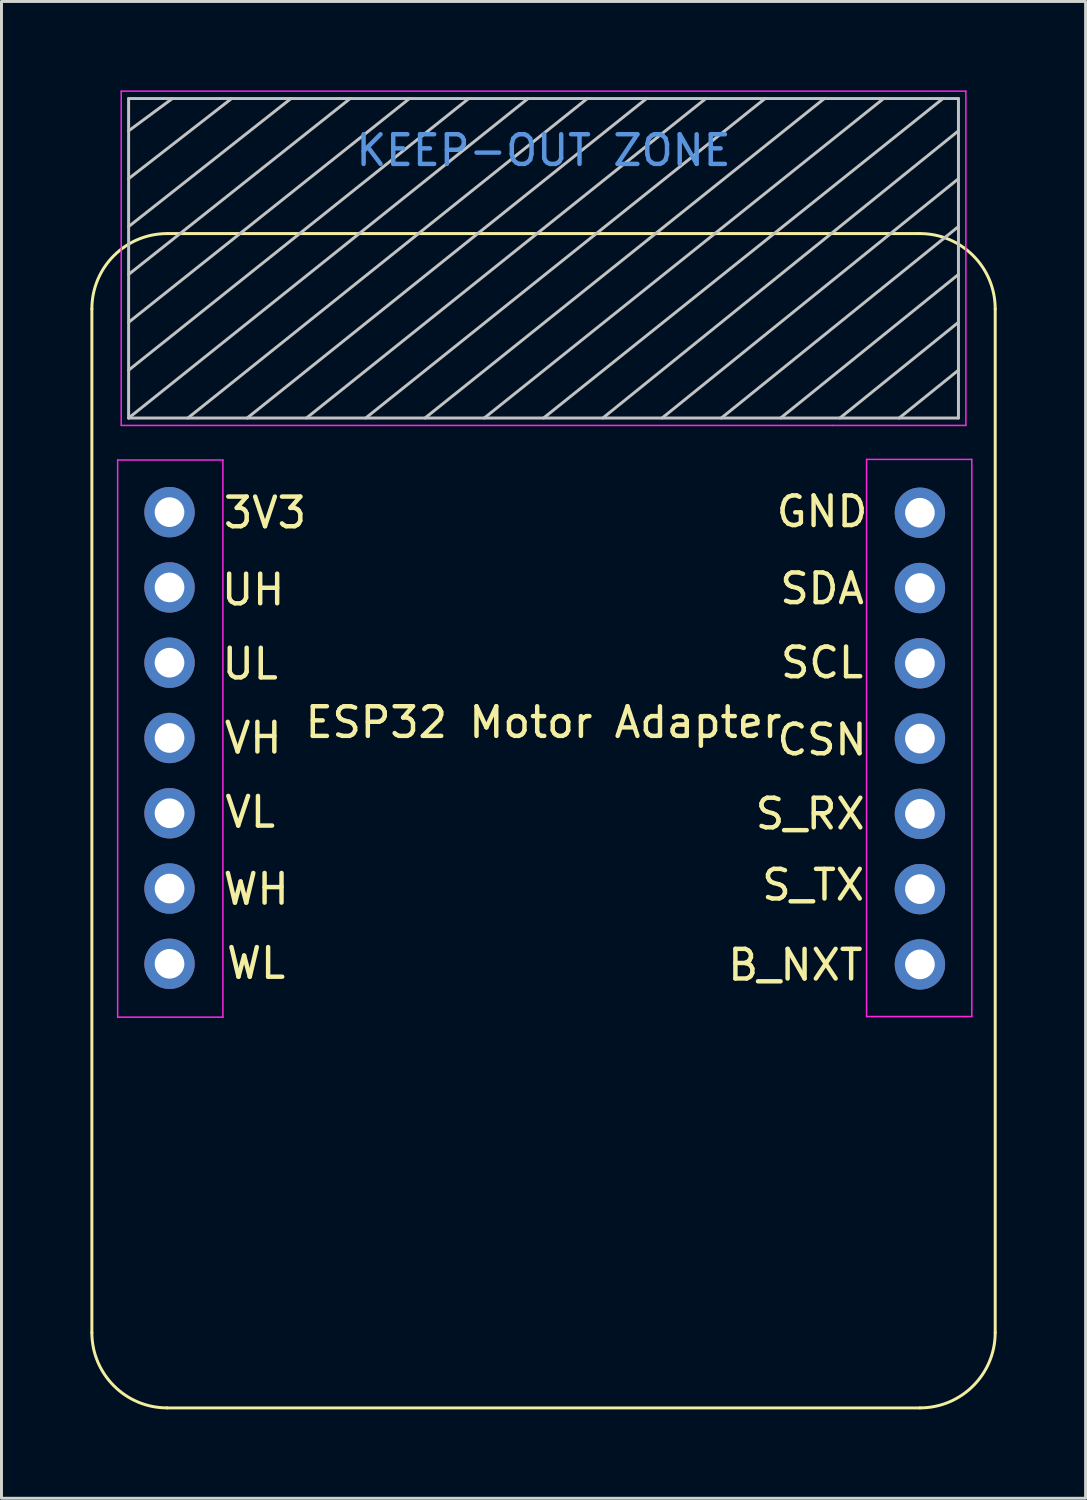
<source format=kicad_pcb>
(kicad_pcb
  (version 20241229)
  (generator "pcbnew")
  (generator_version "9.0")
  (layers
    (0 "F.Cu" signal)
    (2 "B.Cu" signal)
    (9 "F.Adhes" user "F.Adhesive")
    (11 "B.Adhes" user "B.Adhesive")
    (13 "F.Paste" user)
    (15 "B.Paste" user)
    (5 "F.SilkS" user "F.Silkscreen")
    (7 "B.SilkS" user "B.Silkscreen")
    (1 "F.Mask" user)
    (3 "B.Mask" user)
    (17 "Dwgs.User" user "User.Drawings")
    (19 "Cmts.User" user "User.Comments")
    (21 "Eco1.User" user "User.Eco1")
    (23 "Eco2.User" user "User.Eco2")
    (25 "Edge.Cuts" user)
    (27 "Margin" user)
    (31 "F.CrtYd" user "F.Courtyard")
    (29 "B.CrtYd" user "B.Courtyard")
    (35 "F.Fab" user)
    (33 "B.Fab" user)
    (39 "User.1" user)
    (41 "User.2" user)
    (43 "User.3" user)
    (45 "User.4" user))
  (footprint "ESP32 Motor Adapter"
    (layer "F.Cu")
    (at 15.29 22.125)
    (property "Reference" "ESP32 Motor Adapter" (at 0 -0.8 0) (unlocked yes) (layer "F.SilkS") (effects (font (size 1 1) (thickness 0.15))))
    (attr through_hole)
    (fp_line (start -15.24 -14.754) (end -15.24 19.791) (stroke (width 0.1) (type solid)) (layer "F.SilkS"))
    (fp_line (start -12.7 22.331) (end 12.7 22.331) (stroke (width 0.1) (type solid)) (layer "F.SilkS"))
    (fp_line (start 12.7 -17.294) (end -12.7 -17.294) (stroke (width 0.1) (type solid)) (layer "F.SilkS"))
    (fp_line (start 15.24 19.791) (end 15.24 -14.754) (stroke (width 0.1) (type solid)) (layer "F.SilkS"))
    (fp_arc (start -15.24 -14.7535) (mid -14.496051 -16.549551) (end -12.7 -17.2935) (stroke (width 0.1) (type solid)) (layer "F.SilkS"))
    (fp_arc (start -12.7 22.3305) (mid -14.496051 21.586551) (end -15.24 19.7905) (stroke (width 0.1) (type solid)) (layer "F.SilkS"))
    (fp_arc (start 12.7 -17.2935) (mid 14.496051 -16.549551) (end 15.24 -14.7535) (stroke (width 0.1) (type solid)) (layer "F.SilkS"))
    (fp_arc (start 15.24 19.7905) (mid 14.496051 21.586551) (end 12.7 22.3305) (stroke (width 0.1) (type solid)) (layer "F.SilkS"))
    (fp_line (start -14 -11.07) (end -14 -21.85) (stroke (width 0.1) (type solid)) (layer "Dwgs.User"))
    (fp_line (start -12.525 -21.85) (end -14 -20.76) (stroke (width 0.1) (type solid)) (layer "Dwgs.User"))
    (fp_line (start -10.525 -21.85) (end -14 -19.145) (stroke (width 0.1) (type solid)) (layer "Dwgs.User"))
    (fp_line (start -8.525 -21.85) (end -14 -17.53) (stroke (width 0.1) (type solid)) (layer "Dwgs.User"))
    (fp_line (start -8 -11.07) (end 5.475 -21.85) (stroke (width 0.1) (type solid)) (layer "Dwgs.User"))
    (fp_line (start -6.525 -21.85) (end -14 -15.915) (stroke (width 0.1) (type solid)) (layer "Dwgs.User"))
    (fp_line (start -4.525 -21.85) (end -14 -14.3) (stroke (width 0.1) (type solid)) (layer "Dwgs.User"))
    (fp_line (start -2.525 -21.85) (end -14 -12.685) (stroke (width 0.1) (type solid)) (layer "Dwgs.User"))
    (fp_line (start -0.525 -21.85) (end -14 -11.07) (stroke (width 0.1) (type solid)) (layer "Dwgs.User"))
    (fp_line (start 1.475 -21.85) (end -12 -11.07) (stroke (width 0.1) (type solid)) (layer "Dwgs.User"))
    (fp_line (start 3.475 -21.85) (end -10 -11.07) (stroke (width 0.1) (type solid)) (layer "Dwgs.User"))
    (fp_line (start 7.475 -21.85) (end -6 -11.07) (stroke (width 0.1) (type solid)) (layer "Dwgs.User"))
    (fp_line (start 9.475 -21.85) (end -4 -11.07) (stroke (width 0.1) (type solid)) (layer "Dwgs.User"))
    (fp_line (start 11.475 -21.85) (end -2 -11.07) (stroke (width 0.1) (type solid)) (layer "Dwgs.User"))
    (fp_line (start 13.475 -21.85) (end 0 -11.07) (stroke (width 0.1) (type solid)) (layer "Dwgs.User"))
    (fp_line (start 14 -21.85) (end -14 -21.85) (stroke (width 0.1) (type solid)) (layer "Dwgs.User"))
    (fp_line (start 14 -20.76) (end 2 -11.07) (stroke (width 0.1) (type solid)) (layer "Dwgs.User"))
    (fp_line (start 14 -19.145) (end 4 -11.07) (stroke (width 0.1) (type solid)) (layer "Dwgs.User"))
    (fp_line (start 14 -17.53) (end 6 -11.07) (stroke (width 0.1) (type solid)) (layer "Dwgs.User"))
    (fp_line (start 14 -15.915) (end 8 -11.07) (stroke (width 0.1) (type solid)) (layer "Dwgs.User"))
    (fp_line (start 14 -14.3) (end 10 -11.07) (stroke (width 0.1) (type solid)) (layer "Dwgs.User"))
    (fp_line (start 14 -12.685) (end 12 -11.07) (stroke (width 0.1) (type solid)) (layer "Dwgs.User"))
    (fp_line (start 14 -11.07) (end -14 -11.07) (stroke (width 0.1) (type solid)) (layer "Dwgs.User"))
    (fp_line (start 14 -11.07) (end 14 -21.85) (stroke (width 0.1) (type solid)) (layer "Dwgs.User"))
    (fp_line (start -14.37 -9.654) (end -10.819 -9.654) (stroke (width 0.05) (type solid)) (layer "F.CrtYd"))
    (fp_line (start -14.37 9.146) (end -14.37 -9.654) (stroke (width 0.05) (type solid)) (layer "F.CrtYd"))
    (fp_line (start -14.25 -22.1) (end -14.25 -10.82) (stroke (width 0.05) (type solid)) (layer "F.CrtYd"))
    (fp_line (start -14.25 -22.1) (end 14.25 -22.1) (stroke (width 0.05) (type solid)) (layer "F.CrtYd"))
    (fp_line (start -14.25 -10.82) (end 9.75 -10.82) (stroke (width 0.05) (type solid)) (layer "F.CrtYd"))
    (fp_line (start -10.819 -9.654) (end -10.819 9.146) (stroke (width 0.05) (type solid)) (layer "F.CrtYd"))
    (fp_line (start -10.819 9.146) (end -14.37 9.146) (stroke (width 0.05) (type solid)) (layer "F.CrtYd"))
    (fp_line (start 9.75 -10.82) (end 14.25 -10.82) (stroke (width 0.05) (type solid)) (layer "F.CrtYd"))
    (fp_line (start 10.9 -9.674) (end 14.45 -9.674) (stroke (width 0.05) (type solid)) (layer "F.CrtYd"))
    (fp_line (start 10.9 9.126) (end 10.9 -9.674) (stroke (width 0.05) (type solid)) (layer "F.CrtYd"))
    (fp_line (start 14.25 -22.1) (end 14.25 -10.82) (stroke (width 0.05) (type solid)) (layer "F.CrtYd"))
    (fp_line (start 14.45 -9.674) (end 14.45 9.126) (stroke (width 0.05) (type solid)) (layer "F.CrtYd"))
    (fp_line (start 14.45 9.126) (end 10.9 9.126) (stroke (width 0.05) (type solid)) (layer "F.CrtYd"))
    (fp_text user "GND" (at 9.398 -7.914 0) (unlocked yes) (layer "F.SilkS") (effects (font (size 1 1) (thickness 0.15))))
    (fp_text user "B_NXT" (at 8.498 7.386 0) (unlocked yes) (layer "F.SilkS") (effects (font (size 1 1) (thickness 0.15))))
    (fp_text user "WL" (at -9.698 7.326 0) (unlocked yes) (layer "F.SilkS") (effects (font (size 1 1) (thickness 0.15))))
    (fp_text user "CSN" (at 9.398 -0.214 0) (unlocked yes) (layer "F.SilkS") (effects (font (size 1 1) (thickness 0.15))))
    (fp_text user "UL" (at -9.898 -2.774 0) (unlocked yes) (layer "F.SilkS") (effects (font (size 1 1) (thickness 0.15))))
    (fp_text user "S_TX" (at 9.098 4.686 0) (unlocked yes) (layer "F.SilkS") (effects (font (size 1 1) (thickness 0.15))))
    (fp_text user "3V3" (at -9.398 -7.874 0) (unlocked yes) (layer "F.SilkS") (effects (font (size 1 1) (thickness 0.15))))
    (fp_text user "S_RX" (at 8.998 2.286 0) (unlocked yes) (layer "F.SilkS") (effects (font (size 1 1) (thickness 0.15))))
    (fp_text user "UH" (at -9.798 -5.274 0) (unlocked yes) (layer "F.SilkS") (effects (font (size 1 1) (thickness 0.15))))
    (fp_text user "VL" (at -9.898 2.226 0) (unlocked yes) (layer "F.SilkS") (effects (font (size 1 1) (thickness 0.15))))
    (fp_text user "WH" (at -9.698 4.826 0) (unlocked yes) (layer "F.SilkS") (effects (font (size 1 1) (thickness 0.15))))
    (fp_text user "SDA" (at 9.398 -5.314 0) (unlocked yes) (layer "F.SilkS") (effects (font (size 1 1) (thickness 0.15))))
    (fp_text user "SCL" (at 9.398 -2.814 0) (unlocked yes) (layer "F.SilkS") (effects (font (size 1 1) (thickness 0.15))))
    (fp_text user "VH" (at -9.798 -0.274 0) (unlocked yes) (layer "F.SilkS") (effects (font (size 1 1) (thickness 0.15))))
    (fp_text user "KEEP-OUT ZONE" (at 0 -20.1 0) (layer "Cmts.User") (effects (font (size 1 1) (thickness 0.15))))
    (pad "1" thru_hole oval (at -12.62 -7.894 180) (size 1.7 1.7) (drill 1) (layers "*.Cu" "*.Mask"))
    (pad "2" thru_hole oval (at -12.62 -5.354 180) (size 1.7 1.7) (drill 1) (layers "*.Cu" "*.Mask"))
    (pad "3" thru_hole oval (at -12.62 -2.814 180) (size 1.7 1.7) (drill 1) (layers "*.Cu" "*.Mask"))
    (pad "4" thru_hole oval (at -12.62 -0.274 180) (size 1.7 1.7) (drill 1) (layers "*.Cu" "*.Mask"))
    (pad "5" thru_hole oval (at -12.62 2.266 180) (size 1.7 1.7) (drill 1) (layers "*.Cu" "*.Mask"))
    (pad "6" thru_hole oval (at -12.62 4.806 180) (size 1.7 1.7) (drill 1) (layers "*.Cu" "*.Mask"))
    (pad "7" thru_hole circle (at -12.62 7.346 180) (size 1.7 1.7) (drill 1) (layers "*.Cu" "*.Mask"))
    (pad "8" thru_hole circle (at 12.7 -7.874) (size 1.7 1.7) (drill 1) (layers "*.Cu" "*.Mask"))
    (pad "9" thru_hole oval (at 12.7 -5.334) (size 1.7 1.7) (drill 1) (layers "*.Cu" "*.Mask"))
    (pad "10" thru_hole oval (at 12.7 -2.794) (size 1.7 1.7) (drill 1) (layers "*.Cu" "*.Mask"))
    (pad "11" thru_hole oval (at 12.7 -0.254) (size 1.7 1.7) (drill 1) (layers "*.Cu" "*.Mask"))
    (pad "12" thru_hole oval (at 12.7 2.286) (size 1.7 1.7) (drill 1) (layers "*.Cu" "*.Mask"))
    (pad "13" thru_hole oval (at 12.7 4.826) (size 1.7 1.7) (drill 1) (layers "*.Cu" "*.Mask"))
    (pad "14" thru_hole oval (at 12.7 7.366) (size 1.7 1.7) (drill 1) (layers "*.Cu" "*.Mask")))
  (gr_rect
    (start -3 -3)
    (end 33.58 47.505)
    (stroke (width 0.1) (type default))
    (fill no)
    (layer "Edge.Cuts")))
</source>
